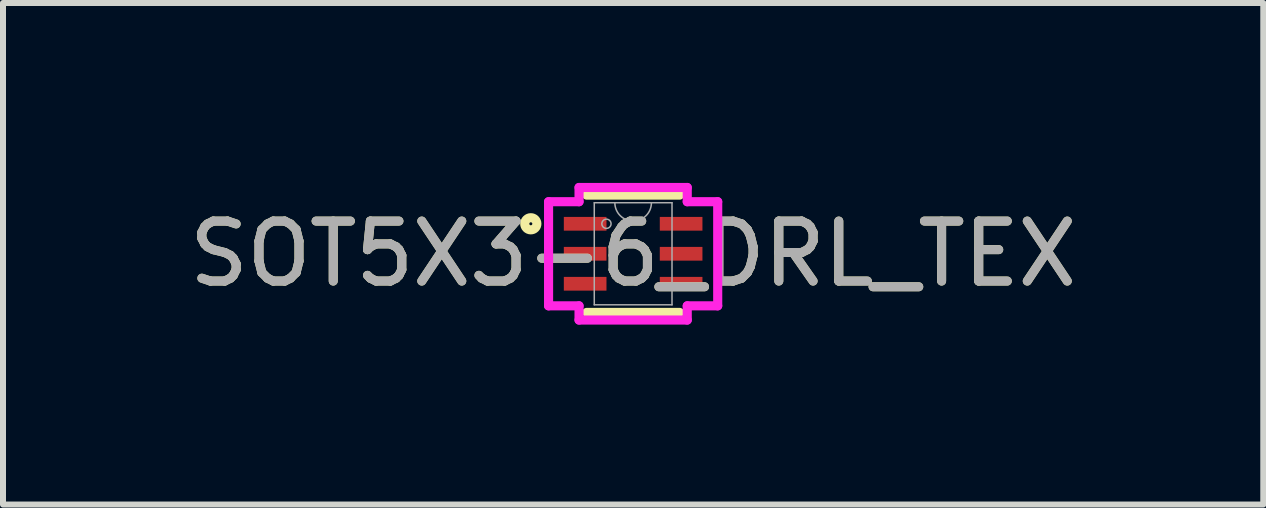
<source format=kicad_pcb>
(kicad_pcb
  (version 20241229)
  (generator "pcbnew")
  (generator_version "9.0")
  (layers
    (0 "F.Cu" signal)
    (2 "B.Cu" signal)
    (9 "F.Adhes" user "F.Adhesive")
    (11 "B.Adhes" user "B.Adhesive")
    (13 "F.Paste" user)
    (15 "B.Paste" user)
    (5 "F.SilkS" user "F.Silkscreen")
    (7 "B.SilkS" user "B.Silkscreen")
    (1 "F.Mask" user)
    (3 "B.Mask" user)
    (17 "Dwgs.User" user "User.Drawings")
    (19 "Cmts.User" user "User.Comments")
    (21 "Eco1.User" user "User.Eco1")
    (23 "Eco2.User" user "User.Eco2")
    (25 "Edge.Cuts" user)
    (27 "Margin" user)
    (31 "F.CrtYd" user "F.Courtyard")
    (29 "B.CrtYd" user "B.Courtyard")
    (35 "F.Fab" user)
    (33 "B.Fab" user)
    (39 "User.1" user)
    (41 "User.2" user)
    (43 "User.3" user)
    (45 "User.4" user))
  (footprint "SOT5X3-6_DRL_TEX"
    (layer "F.Cu")
    (at 7.506 1.181)
    (property "Reference" "SOT5X3-6_DRL_TEX" (at 0 0 0) (unlocked yes) (layer "F.SilkS") (effects (font (size 1 1) (thickness 0.15))))
    (attr smd)
    (fp_line (start -0.775 0.978) (end 0.775 0.978) (stroke (width 0.152) (type solid)) (layer "F.SilkS"))
    (fp_line (start 0.775 -0.978) (end -0.775 -0.978) (stroke (width 0.152) (type solid)) (layer "F.SilkS"))
    (fp_circle (center -1.706 -0.5) (end -1.605 -0.5) (stroke (width 0.152) (type solid)) (fill no) (layer "F.SilkS"))
    (fp_line (start -1.41 -0.868) (end -0.902 -0.868) (stroke (width 0.152) (type solid)) (layer "F.CrtYd"))
    (fp_line (start -1.41 0.868) (end -1.41 -0.868) (stroke (width 0.152) (type solid)) (layer "F.CrtYd"))
    (fp_line (start -1.41 0.868) (end -0.902 0.868) (stroke (width 0.152) (type solid)) (layer "F.CrtYd"))
    (fp_line (start -0.902 -1.105) (end 0.902 -1.105) (stroke (width 0.152) (type solid)) (layer "F.CrtYd"))
    (fp_line (start -0.902 -0.868) (end -0.902 -1.105) (stroke (width 0.152) (type solid)) (layer "F.CrtYd"))
    (fp_line (start -0.902 1.105) (end -0.902 0.868) (stroke (width 0.152) (type solid)) (layer "F.CrtYd"))
    (fp_line (start 0.902 -1.105) (end 0.902 -0.868) (stroke (width 0.152) (type solid)) (layer "F.CrtYd"))
    (fp_line (start 0.902 0.868) (end 0.902 1.105) (stroke (width 0.152) (type solid)) (layer "F.CrtYd"))
    (fp_line (start 0.902 1.105) (end -0.902 1.105) (stroke (width 0.152) (type solid)) (layer "F.CrtYd"))
    (fp_line (start 1.41 -0.868) (end 0.902 -0.868) (stroke (width 0.152) (type solid)) (layer "F.CrtYd"))
    (fp_line (start 1.41 -0.868) (end 1.41 0.868) (stroke (width 0.152) (type solid)) (layer "F.CrtYd"))
    (fp_line (start 1.41 0.868) (end 0.902 0.868) (stroke (width 0.152) (type solid)) (layer "F.CrtYd"))
    (fp_line (start -0.648 -0.851) (end -0.648 0.851) (stroke (width 0.025) (type solid)) (layer "F.Fab"))
    (fp_line (start -0.648 0.851) (end 0.648 0.851) (stroke (width 0.025) (type solid)) (layer "F.Fab"))
    (fp_line (start 0.648 -0.851) (end -0.648 -0.851) (stroke (width 0.025) (type solid)) (layer "F.Fab"))
    (fp_line (start 0.648 0.851) (end 0.648 -0.851) (stroke (width 0.025) (type solid)) (layer "F.Fab"))
    (fp_arc (start 0.3048 -0.8509) (mid 0 -0.5461) (end -0.3048 -0.8509) (stroke (width 0.0254) (type solid)) (layer "F.Fab"))
    (fp_circle (center -0.445 -0.5) (end -0.368 -0.5) (stroke (width 0.025) (type solid)) (fill no) (layer "F.Fab"))
    (fp_text user "${REFERENCE}" (at 0 0 0) (unlocked yes) (layer "F.Fab") (effects (font (size 1 1) (thickness 0.15))))
    (pad "1" smd rect (at -0.8 -0.5) (size 0.711 0.229) (layers "F.Cu" "F.Mask" "F.Paste"))
    (pad "2" smd rect (at -0.8 0) (size 0.711 0.229) (layers "F.Cu" "F.Mask" "F.Paste"))
    (pad "3" smd rect (at -0.8 0.5) (size 0.711 0.229) (layers "F.Cu" "F.Mask" "F.Paste"))
    (pad "4" smd rect (at 0.8 0.5) (size 0.711 0.229) (layers "F.Cu" "F.Mask" "F.Paste"))
    (pad "5" smd rect (at 0.8 0) (size 0.711 0.229) (layers "F.Cu" "F.Mask" "F.Paste"))
    (pad "6" smd rect (at 0.8 -0.5) (size 0.711 0.229) (layers "F.Cu" "F.Mask" "F.Paste")))
  (gr_rect
    (start -3 -3)
    (end 18.012 5.362)
    (stroke (width 0.1) (type default))
    (fill no)
    (layer "Edge.Cuts")))
</source>
